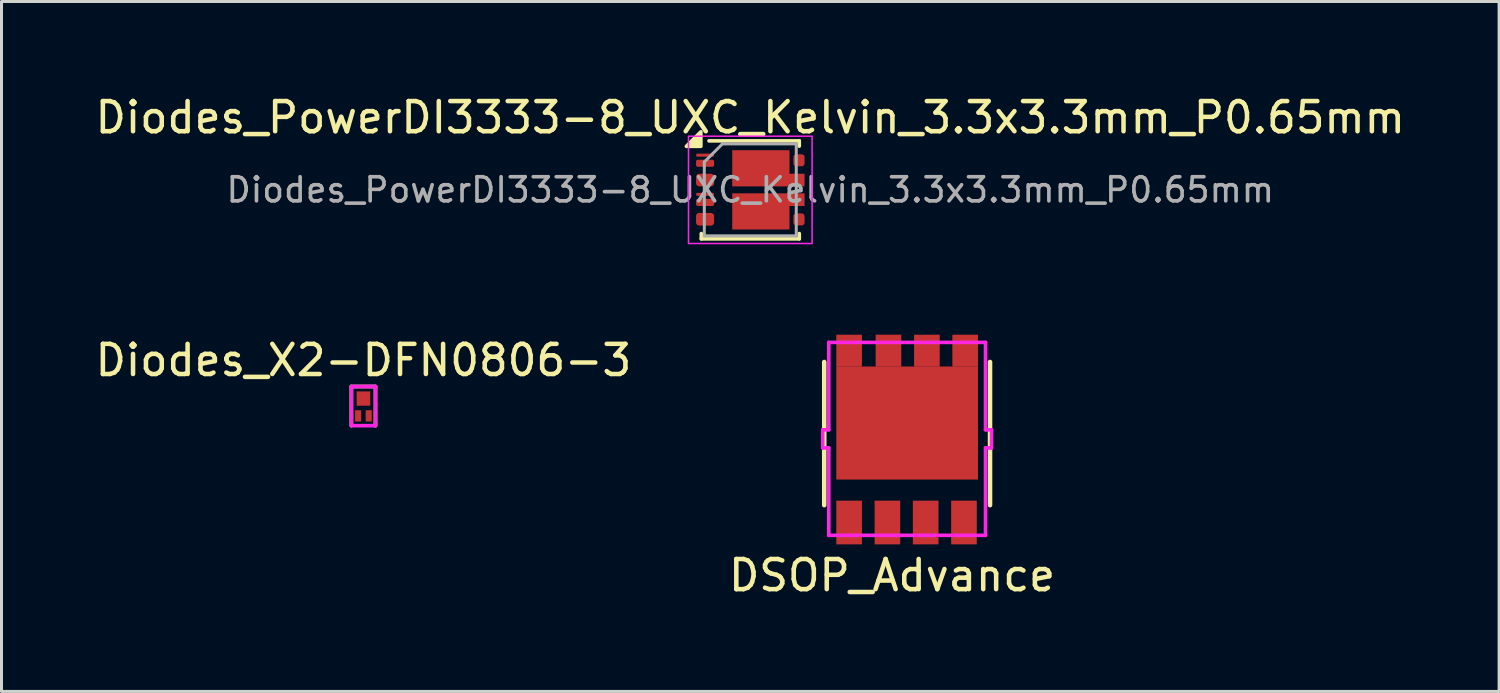
<source format=kicad_pcb>
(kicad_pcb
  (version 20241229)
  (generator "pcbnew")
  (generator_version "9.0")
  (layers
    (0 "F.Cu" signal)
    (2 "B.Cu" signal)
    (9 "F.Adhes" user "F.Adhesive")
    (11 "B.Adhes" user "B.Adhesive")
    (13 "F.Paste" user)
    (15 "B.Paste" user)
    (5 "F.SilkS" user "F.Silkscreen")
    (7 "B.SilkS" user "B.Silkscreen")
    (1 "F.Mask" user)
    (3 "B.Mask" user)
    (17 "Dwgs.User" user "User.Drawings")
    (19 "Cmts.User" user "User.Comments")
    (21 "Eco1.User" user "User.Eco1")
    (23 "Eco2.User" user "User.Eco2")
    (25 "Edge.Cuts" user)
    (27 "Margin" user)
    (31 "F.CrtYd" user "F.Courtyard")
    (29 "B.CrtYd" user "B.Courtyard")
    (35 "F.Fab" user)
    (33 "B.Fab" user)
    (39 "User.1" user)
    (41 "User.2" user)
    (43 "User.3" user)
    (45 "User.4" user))
  (footprint "Diodes_X2-DFN0806-3"
    (layer "F.Cu")
    (at 9.006 10.171)
    (property "Reference" "Diodes_X2-DFN0806-3" (at 0 -1.27 0) (layer "F.SilkS") (effects (font (size 1 1) (thickness 0.15))))
    (attr through_hole)
    (fp_line (start -0.4 -0.4) (end -0.4 0.9) (stroke (width 0.12) (type solid)) (layer "F.SilkS"))
    (fp_line (start 0.4 -0.4) (end -0.4 -0.4) (stroke (width 0.12) (type solid)) (layer "F.SilkS"))
    (fp_line (start 0.4 -0.4) (end 0.4 0.9) (stroke (width 0.12) (type solid)) (layer "F.SilkS"))
    (fp_line (start -0.4 -0.4) (end 0.3 -0.4) (stroke (width 0.12) (type solid)) (layer "F.CrtYd"))
    (fp_line (start -0.4 -0.3) (end -0.4 -0.4) (stroke (width 0.12) (type solid)) (layer "F.CrtYd"))
    (fp_line (start -0.4 0.8) (end -0.4 -0.3) (stroke (width 0.12) (type solid)) (layer "F.CrtYd"))
    (fp_line (start -0.4 0.9) (end -0.4 0.8) (stroke (width 0.12) (type solid)) (layer "F.CrtYd"))
    (fp_line (start 0.3 -0.4) (end 0.4 -0.4) (stroke (width 0.12) (type solid)) (layer "F.CrtYd"))
    (fp_line (start 0.4 -0.4) (end 0.4 0.8) (stroke (width 0.12) (type solid)) (layer "F.CrtYd"))
    (fp_line (start 0.4 0.8) (end 0.4 0.9) (stroke (width 0.12) (type solid)) (layer "F.CrtYd"))
    (fp_line (start 0.4 0.9) (end -0.4 0.9) (stroke (width 0.12) (type solid)) (layer "F.CrtYd"))
    (pad "1" smd rect (at 0 0) (size 0.45 0.475) (layers "F.Cu" "F.Mask" "F.Paste"))
    (pad "2" smd rect (at -0.175 0.575) (size 0.2 0.375) (layers "F.Cu" "F.Mask" "F.Paste"))
    (pad "3" smd rect (at 0.175 0.575) (size 0.2 0.375) (layers "F.Cu" "F.Mask" "F.Paste")))
  (footprint "DSOP_Advance"
    (layer "F.Cu")
    (at 27.042 11.458)
    (property "Reference" "DSOP_Advance" (at -0.5 4.58 0) (layer "F.SilkS") (effects (font (size 1 1) (thickness 0.15))))
    (attr smd)
    (fp_line (start -2.75 -2.5) (end -2.75 2.25) (stroke (width 0.15) (type solid)) (layer "F.SilkS"))
    (fp_line (start 2.75 -2.5) (end 2.75 2.25) (stroke (width 0.15) (type solid)) (layer "F.SilkS"))
    (fp_line (start -2.8 0.35) (end -2.8 -0.25) (stroke (width 0.12) (type solid)) (layer "F.CrtYd"))
    (fp_line (start -2.6 -3.15) (end -2.6 -0.25) (stroke (width 0.12) (type solid)) (layer "F.CrtYd"))
    (fp_line (start -2.6 -0.25) (end -2.8 -0.25) (stroke (width 0.12) (type solid)) (layer "F.CrtYd"))
    (fp_line (start -2.6 0.35) (end -2.8 0.35) (stroke (width 0.12) (type solid)) (layer "F.CrtYd"))
    (fp_line (start -2.6 0.35) (end -2.6 3.25) (stroke (width 0.12) (type solid)) (layer "F.CrtYd"))
    (fp_line (start -2.6 3.25) (end 2.6 3.25) (stroke (width 0.12) (type solid)) (layer "F.CrtYd"))
    (fp_line (start 2.6 -3.15) (end -2.6 -3.15) (stroke (width 0.12) (type solid)) (layer "F.CrtYd"))
    (fp_line (start 2.6 -0.25) (end 2.6 -3.15) (stroke (width 0.12) (type solid)) (layer "F.CrtYd"))
    (fp_line (start 2.6 -0.25) (end 2.8 -0.25) (stroke (width 0.12) (type solid)) (layer "F.CrtYd"))
    (fp_line (start 2.6 0.35) (end 2.8 0.35) (stroke (width 0.12) (type solid)) (layer "F.CrtYd"))
    (fp_line (start 2.6 3.25) (end 2.6 0.35) (stroke (width 0.12) (type solid)) (layer "F.CrtYd"))
    (fp_line (start 2.8 -0.25) (end 2.8 0.35) (stroke (width 0.12) (type solid)) (layer "F.CrtYd"))
    (pad "1" smd rect (at -1.925 2.825) (size 0.85 1.45) (layers "F.Cu" "F.Mask" "F.Paste"))
    (pad "2" smd rect (at -0.655 2.825) (size 0.85 1.45) (layers "F.Cu" "F.Mask" "F.Paste"))
    (pad "3" smd rect (at 0.615 2.825) (size 0.85 1.45) (layers "F.Cu" "F.Mask" "F.Paste"))
    (pad "4" smd rect (at 1.885 2.825) (size 0.85 1.45) (layers "F.Cu" "F.Mask" "F.Paste"))
    (pad "5" smd rect (at 0 -0.475) (size 4.7 3.75) (layers "F.Cu" "F.Mask" "F.Paste"))
    (pad "5" smd rect (at 1.925 -2.875) (size 0.85 1.06) (layers "F.Cu" "F.Mask" "F.Paste"))
    (pad "6" smd rect (at 0.655 -2.875) (size 0.85 1.06) (layers "F.Cu" "F.Mask" "F.Paste"))
    (pad "7" smd rect (at -0.62 -2.875) (size 0.85 1.06) (layers "F.Cu" "F.Mask" "F.Paste"))
    (pad "8" smd rect (at -1.925 -2.875) (size 0.85 1.06) (layers "F.Cu" "F.Mask" "F.Paste")))
  (footprint "Diodes_PowerDI3333-8_UXC_Kelvin_3.3x3.3mm_P0.65mm"
    (layer "F.Cu")
    (at 21.839 3.248)
    (property "Reference" "Diodes_PowerDI3333-8_UXC_Kelvin_3.3x3.3mm_P0.65mm" (at 0 -2.4 0) (layer "F.SilkS") (effects (font (size 1 1) (thickness 0.15))))
    (attr smd)
    (fp_line (start -1.625 1.625) (end -1.625 1.45) (stroke (width 0.12) (type solid)) (layer "F.SilkS"))
    (fp_line (start -1.625 1.625) (end 1.625 1.625) (stroke (width 0.12) (type solid)) (layer "F.SilkS"))
    (fp_line (start -1.37 -1.625) (end 1.625 -1.625) (stroke (width 0.12) (type solid)) (layer "F.SilkS"))
    (fp_line (start 1.625 -1.45) (end 1.625 -1.625) (stroke (width 0.12) (type solid)) (layer "F.SilkS"))
    (fp_line (start 1.625 1.45) (end 1.625 1.625) (stroke (width 0.12) (type solid)) (layer "F.SilkS"))
    (fp_poly (pts (xy -1.64 -1.445) (xy -2.12 -1.445) (xy -1.64 -1.925) (xy -1.64 -1.445)) (stroke (width 0.12) (type solid)) (fill yes) (layer "F.SilkS"))
    (fp_rect (start -2.05 -1.78) (end 2.05 1.78) (stroke (width 0.05) (type default)) (fill no) (layer "F.CrtYd"))
    (fp_line (start -1.525 -0.925) (end -1.525 1.525) (stroke (width 0.1) (type solid)) (layer "F.Fab"))
    (fp_line (start -1.525 1.525) (end 1.525 1.525) (stroke (width 0.1) (type solid)) (layer "F.Fab"))
    (fp_line (start -0.925 -1.525) (end -1.525 -0.925) (stroke (width 0.1) (type solid)) (layer "F.Fab"))
    (fp_line (start -0.925 -1.525) (end 1.525 -1.525) (stroke (width 0.1) (type solid)) (layer "F.Fab"))
    (fp_line (start 1.525 -1.525) (end 1.525 1.525) (stroke (width 0.1) (type solid)) (layer "F.Fab"))
    (fp_text user "${REFERENCE}" (at 0 0 180) (layer "F.Fab") (effects (font (size 0.8 0.8) (thickness 0.12))))
    (pad "" smd roundrect (at -0.22 -0.73) (size 0.6 1) (layers "F.Paste") (roundrect_rratio 0.25))
    (pad "" smd roundrect (at -0.22 0.71) (size 0.6 1) (layers "F.Paste") (roundrect_rratio 0.25))
    (pad "" smd roundrect (at 0.6 -0.73) (size 0.6 1) (layers "F.Paste") (roundrect_rratio 0.25))
    (pad "" smd roundrect (at 0.6 0.71) (size 0.6 1) (layers "F.Paste") (roundrect_rratio 0.25))
    (pad "" smd roundrect (at 1.45 -0.98) (size 0.7 0.4) (layers "F.Paste") (roundrect_rratio 0.25))
    (pad "" smd roundrect (at 1.45 -0.32) (size 0.7 0.4) (layers "F.Paste") (roundrect_rratio 0.25))
    (pad "" smd roundrect (at 1.45 0.32) (size 0.7 0.4) (layers "F.Paste") (roundrect_rratio 0.25))
    (pad "" smd roundrect (at 1.45 0.98) (size 0.7 0.4) (layers "F.Paste") (roundrect_rratio 0.25))
    (pad "0" smd roundrect (at -1.5 -1.15) (size 0.586 0.1) (layers "F.Cu" "F.Mask" "F.Paste") (roundrect_rratio 0.25))
    (pad "1" smd roundrect (at -1.5 -0.882 270) (size 0.235 0.6) (layers "F.Cu" "F.Mask" "F.Paste") (roundrect_rratio 0.25))
    (pad "2" smd roundrect (at -1.5 -0.325 270) (size 0.42 0.6) (layers "F.Cu" "F.Mask" "F.Paste") (roundrect_rratio 0.25))
    (pad "3" smd roundrect (at -1.5 0.417 270) (size 0.235 0.6) (layers "F.Cu" "F.Mask" "F.Paste") (roundrect_rratio 0.25))
    (pad "4" smd roundrect (at -1.5 0.975 270) (size 0.42 0.6) (layers "F.Cu" "F.Mask" "F.Paste") (roundrect_rratio 0.25))
    (pad "5" smd custom (at 0.35 0.715 270) (size 1 1) (layers "F.Cu" "F.Mask") (options (anchor rect)) (primitives (gr_poly (pts (xy -0.6 0.95) (xy 0.6 0.95) (xy 0.6 -0.95) (xy 0.47 -0.95) (xy 0.05 -0.95) (xy -0.18 -0.95) (xy -0.18 -1.45) (xy -0.6 -1.45)) (width 0) (fill yes))))
    (pad "6" smd roundrect (at 1.614 0.98) (size 0.371 0.4) (layers "F.Cu" "F.Mask" "F.Paste") (roundrect_rratio 0.25))
    (pad "7" smd custom (at 0.35 -0.715 270) (size 1 1) (layers "F.Cu" "F.Mask") (options (anchor rect)) (primitives (gr_poly (pts (xy 0.6 0.95) (xy -0.6 0.95) (xy -0.6 -0.95) (xy -0.47 -0.95) (xy -0.05 -0.95) (xy 0.18 -0.95) (xy 0.18 -1.45) (xy 0.6 -1.45)) (width 0) (fill yes))))
    (pad "8" smd roundrect (at 1.614 -0.98) (size 0.371 0.4) (layers "F.Cu" "F.Mask" "F.Paste") (roundrect_rratio 0.25))
    (pad "9" smd roundrect (at -1.5 0.15) (size 0.586 0.1) (layers "F.Cu" "F.Mask" "F.Paste") (roundrect_rratio 0.25)))
  (gr_rect
    (start -3 -3)
    (end 46.679 19.887)
    (stroke (width 0.1) (type default))
    (fill no)
    (layer "Edge.Cuts")))
</source>
